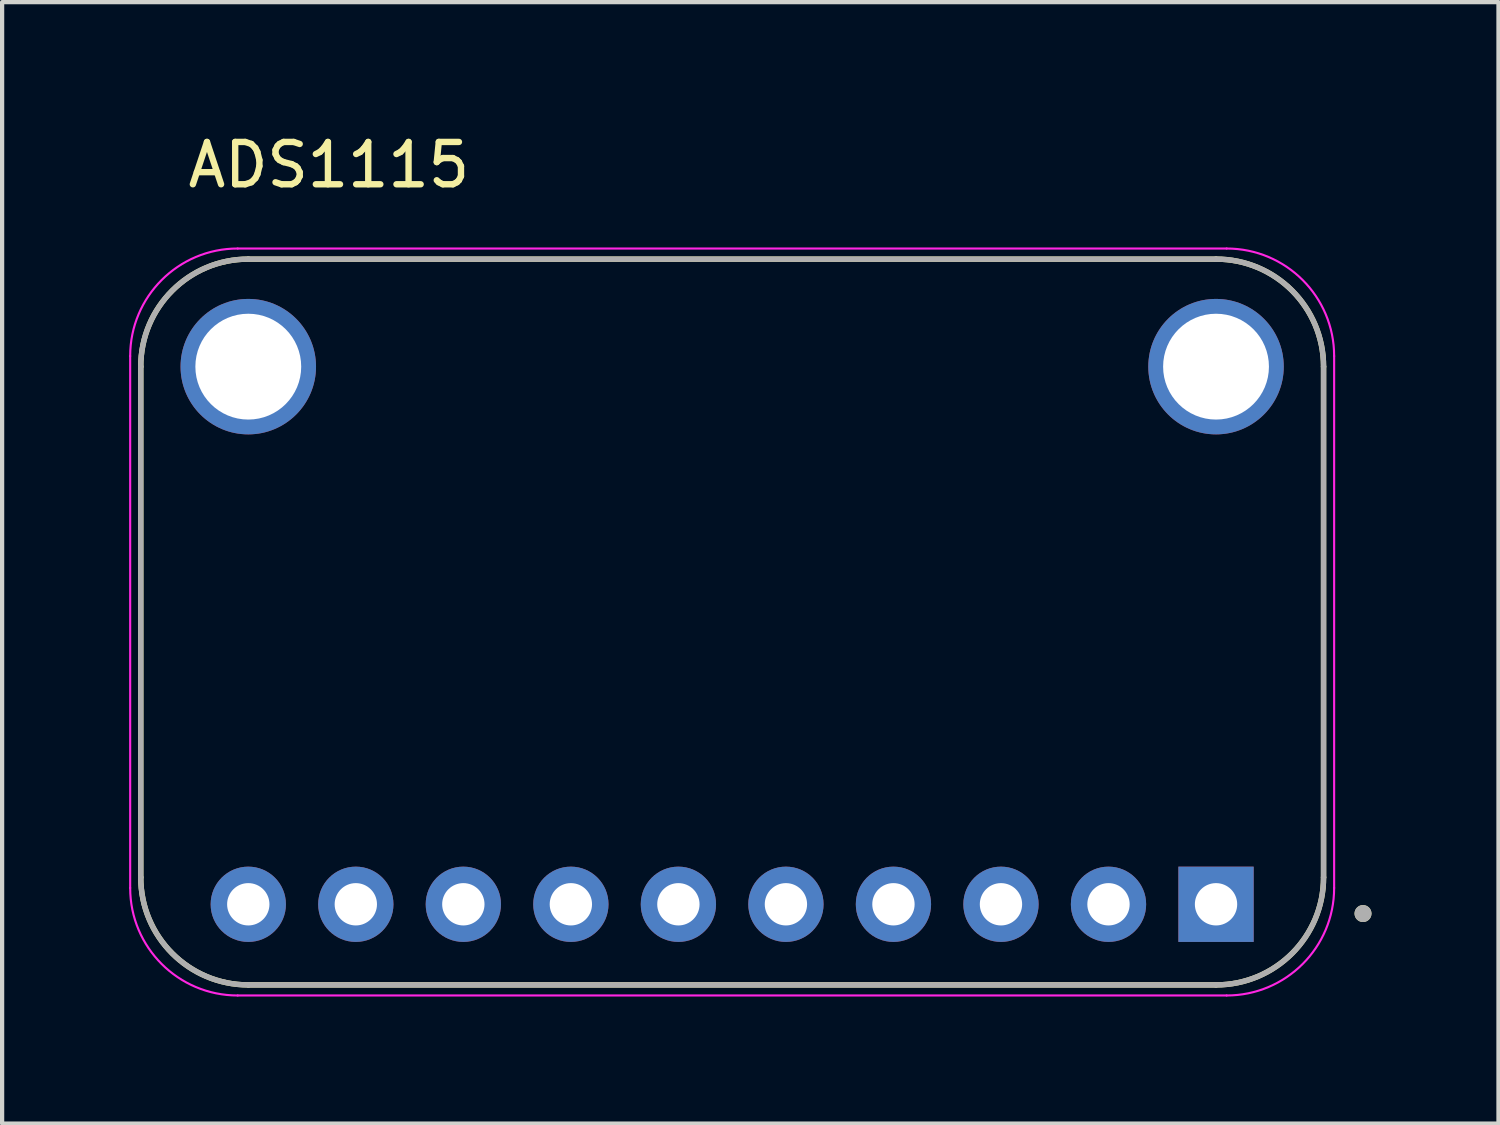
<source format=kicad_pcb>
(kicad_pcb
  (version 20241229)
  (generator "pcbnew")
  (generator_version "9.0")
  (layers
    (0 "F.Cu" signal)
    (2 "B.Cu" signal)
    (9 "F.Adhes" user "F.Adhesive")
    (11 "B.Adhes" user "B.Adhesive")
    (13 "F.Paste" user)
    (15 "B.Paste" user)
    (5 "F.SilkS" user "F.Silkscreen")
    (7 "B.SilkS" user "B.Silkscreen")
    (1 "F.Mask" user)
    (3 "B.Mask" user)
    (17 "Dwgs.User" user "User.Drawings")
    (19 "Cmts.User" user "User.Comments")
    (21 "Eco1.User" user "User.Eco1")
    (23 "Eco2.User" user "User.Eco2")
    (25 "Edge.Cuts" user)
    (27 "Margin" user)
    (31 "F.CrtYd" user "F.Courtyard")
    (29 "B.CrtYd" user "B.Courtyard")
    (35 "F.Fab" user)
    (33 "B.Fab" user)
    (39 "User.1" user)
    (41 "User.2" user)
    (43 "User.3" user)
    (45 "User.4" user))
  (footprint "ADS1115"
    (layer "F.Cu")
    (at 14.245 11.643)
    (property "Reference" "ADS1115" (at -9.525 -10.795 0) (layer "F.SilkS") (effects (font (size 1 1) (thickness 0.15))))
    (attr through_hole)
    (fp_line (start -13.97 6.032) (end -13.97 -6.032) (stroke (width 0.127) (type solid)) (layer "F.SilkS"))
    (fp_line (start -11.43 -8.572) (end 11.43 -8.572) (stroke (width 0.127) (type solid)) (layer "F.SilkS"))
    (fp_line (start 11.43 8.572) (end -11.43 8.572) (stroke (width 0.127) (type solid)) (layer "F.SilkS"))
    (fp_line (start 13.97 -6.032) (end 13.97 6.032) (stroke (width 0.127) (type solid)) (layer "F.SilkS"))
    (fp_arc (start -13.97 -6.0325) (mid -13.226051 -7.828551) (end -11.43 -8.5725) (stroke (width 0.127) (type solid)) (layer "F.SilkS"))
    (fp_arc (start -11.43 8.5725) (mid -13.226051 7.828551) (end -13.97 6.0325) (stroke (width 0.127) (type solid)) (layer "F.SilkS"))
    (fp_arc (start 11.43 -8.5725) (mid 13.226051 -7.828551) (end 13.97 -6.0325) (stroke (width 0.127) (type solid)) (layer "F.SilkS"))
    (fp_arc (start 13.97 6.0325) (mid 13.226051 7.828551) (end 11.43 8.5725) (stroke (width 0.127) (type solid)) (layer "F.SilkS"))
    (fp_circle (center 14.902 6.887) (end 15.002 6.887) (stroke (width 0.2) (type solid)) (fill no) (layer "F.SilkS"))
    (fp_line (start -14.22 6.282) (end -14.22 -6.282) (stroke (width 0.05) (type solid)) (layer "F.CrtYd"))
    (fp_line (start -11.68 -8.822) (end 11.68 -8.822) (stroke (width 0.05) (type solid)) (layer "F.CrtYd"))
    (fp_line (start 11.68 8.822) (end -11.68 8.822) (stroke (width 0.05) (type solid)) (layer "F.CrtYd"))
    (fp_line (start 14.22 -6.282) (end 14.22 6.282) (stroke (width 0.05) (type solid)) (layer "F.CrtYd"))
    (fp_arc (start -14.22 -6.2825) (mid -13.476051 -8.078551) (end -11.68 -8.8225) (stroke (width 0.05) (type solid)) (layer "F.CrtYd"))
    (fp_arc (start -11.68 8.8225) (mid -13.476051 8.078551) (end -14.22 6.2825) (stroke (width 0.05) (type solid)) (layer "F.CrtYd"))
    (fp_arc (start 11.68 -8.8225) (mid 13.476051 -8.078551) (end 14.22 -6.2825) (stroke (width 0.05) (type solid)) (layer "F.CrtYd"))
    (fp_arc (start 14.22 6.2825) (mid 13.476051 8.078551) (end 11.68 8.8225) (stroke (width 0.05) (type solid)) (layer "F.CrtYd"))
    (fp_line (start -13.97 6.032) (end -13.97 -6.032) (stroke (width 0.127) (type solid)) (layer "F.Fab"))
    (fp_line (start -11.43 -8.572) (end 11.43 -8.572) (stroke (width 0.127) (type solid)) (layer "F.Fab"))
    (fp_line (start 11.43 8.572) (end -11.43 8.572) (stroke (width 0.127) (type solid)) (layer "F.Fab"))
    (fp_line (start 13.97 -6.032) (end 13.97 6.032) (stroke (width 0.127) (type solid)) (layer "F.Fab"))
    (fp_arc (start -13.97 -6.0325) (mid -13.226051 -7.828551) (end -11.43 -8.5725) (stroke (width 0.127) (type solid)) (layer "F.Fab"))
    (fp_arc (start -11.43 8.5725) (mid -13.226051 7.828551) (end -13.97 6.0325) (stroke (width 0.127) (type solid)) (layer "F.Fab"))
    (fp_arc (start 11.43 -8.5725) (mid 13.226051 -7.828551) (end 13.97 -6.0325) (stroke (width 0.127) (type solid)) (layer "F.Fab"))
    (fp_arc (start 13.97 6.0325) (mid 13.226051 7.828551) (end 11.43 8.5725) (stroke (width 0.127) (type solid)) (layer "F.Fab"))
    (fp_circle (center 14.902 6.887) (end 15.002 6.887) (stroke (width 0.2) (type solid)) (fill no) (layer "F.Fab"))
    (pad "1" thru_hole rect (at 11.43 6.668) (size 1.778 1.778) (drill 1) (layers "*.Cu" "*.Mask"))
    (pad "2" thru_hole circle (at 8.89 6.668) (size 1.778 1.778) (drill 1) (layers "*.Cu" "*.Mask"))
    (pad "3" thru_hole circle (at 6.35 6.668) (size 1.778 1.778) (drill 1) (layers "*.Cu" "*.Mask"))
    (pad "4" thru_hole circle (at 3.81 6.668) (size 1.778 1.778) (drill 1) (layers "*.Cu" "*.Mask"))
    (pad "5" thru_hole circle (at 1.27 6.668) (size 1.778 1.778) (drill 1) (layers "*.Cu" "*.Mask"))
    (pad "6" thru_hole circle (at -1.27 6.668) (size 1.778 1.778) (drill 1) (layers "*.Cu" "*.Mask"))
    (pad "7" thru_hole circle (at -3.81 6.668) (size 1.778 1.778) (drill 1) (layers "*.Cu" "*.Mask"))
    (pad "8" thru_hole circle (at -6.35 6.668) (size 1.778 1.778) (drill 1) (layers "*.Cu" "*.Mask"))
    (pad "9" thru_hole circle (at -8.89 6.668) (size 1.778 1.778) (drill 1) (layers "*.Cu" "*.Mask"))
    (pad "10" thru_hole circle (at -11.43 6.668) (size 1.778 1.778) (drill 1) (layers "*.Cu" "*.Mask"))
    (pad "P1" thru_hole circle (at -11.43 -6.032) (size 3.2 3.2) (drill 2.5) (layers "*.Cu" "*.Mask"))
    (pad "P2" thru_hole circle (at 11.43 -6.032) (size 3.2 3.2) (drill 2.5) (layers "*.Cu" "*.Mask")))
  (gr_rect
    (start -3 -3)
    (end 32.347 23.491)
    (stroke (width 0.1) (type default))
    (fill no)
    (layer "Edge.Cuts")))
</source>
